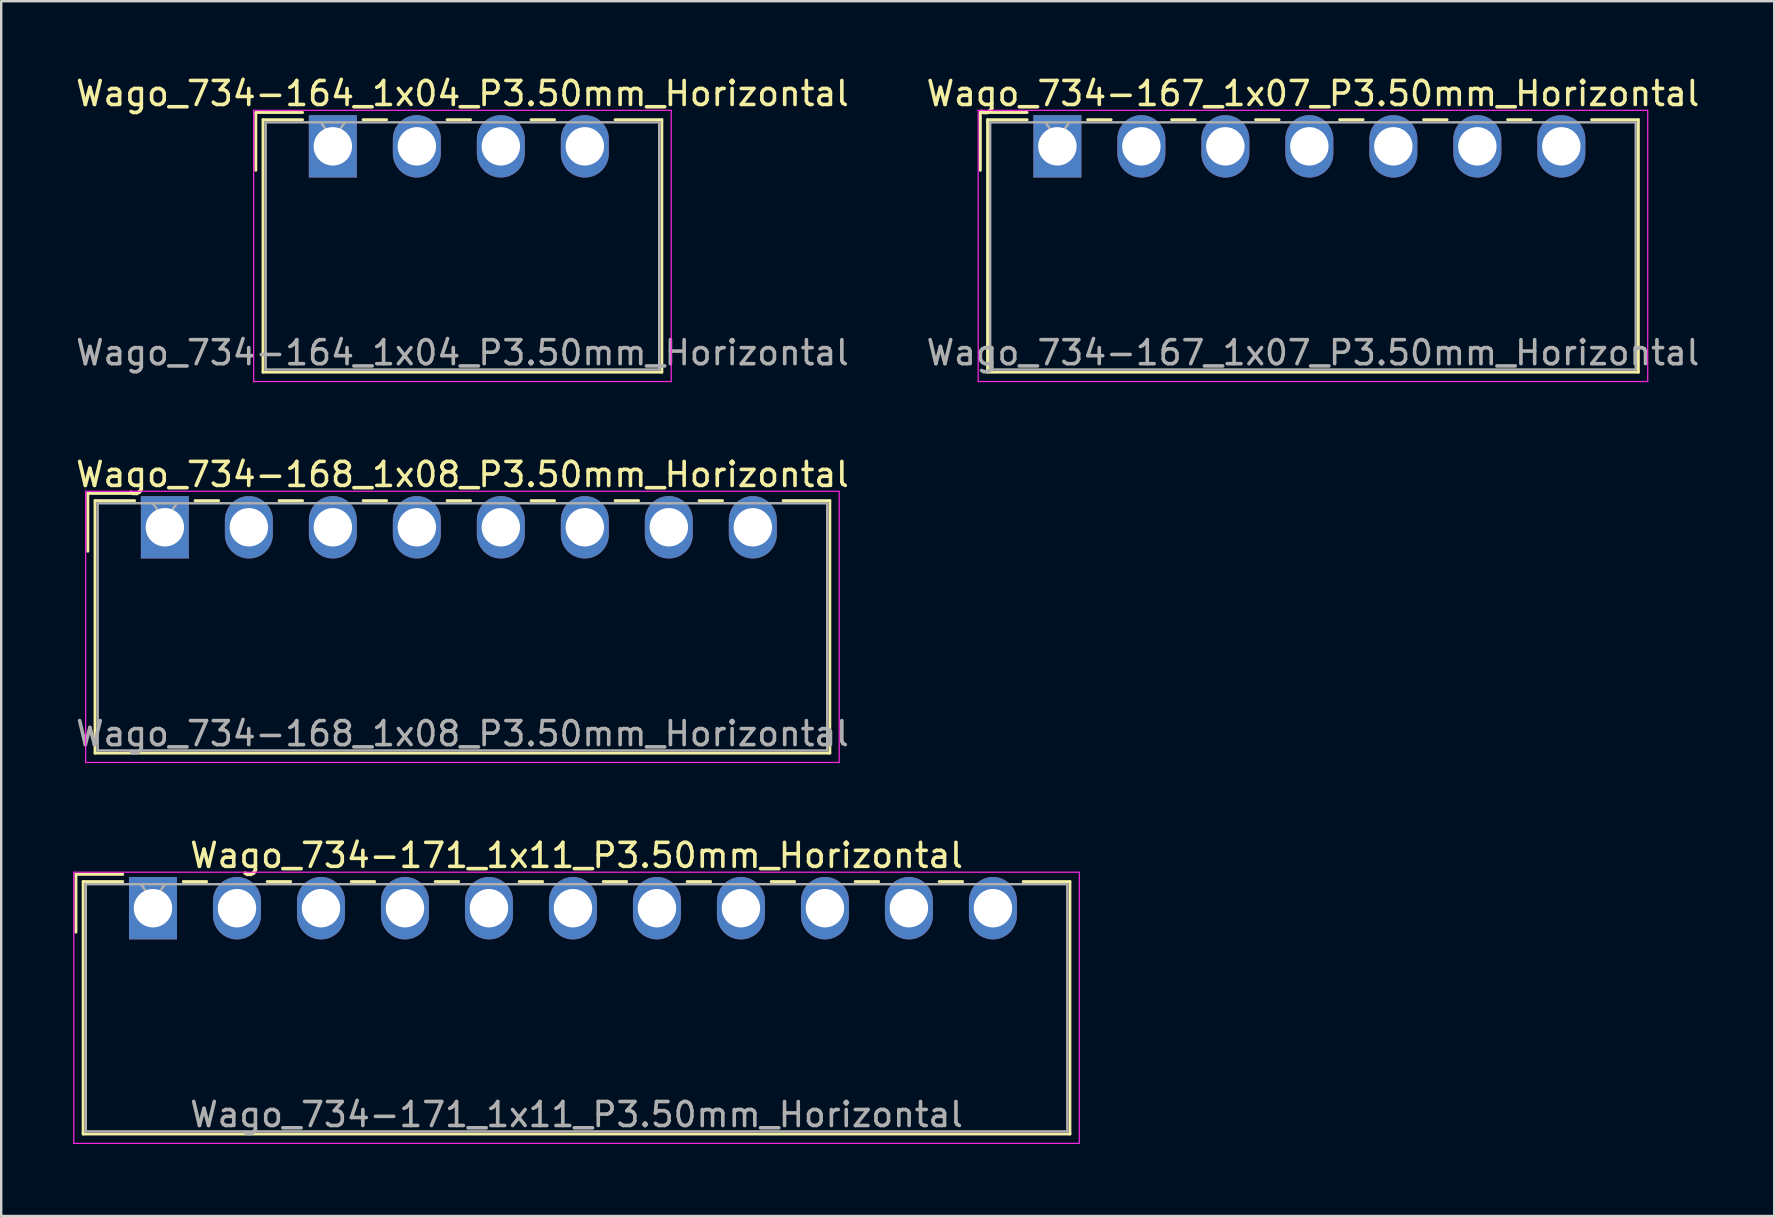
<source format=kicad_pcb>
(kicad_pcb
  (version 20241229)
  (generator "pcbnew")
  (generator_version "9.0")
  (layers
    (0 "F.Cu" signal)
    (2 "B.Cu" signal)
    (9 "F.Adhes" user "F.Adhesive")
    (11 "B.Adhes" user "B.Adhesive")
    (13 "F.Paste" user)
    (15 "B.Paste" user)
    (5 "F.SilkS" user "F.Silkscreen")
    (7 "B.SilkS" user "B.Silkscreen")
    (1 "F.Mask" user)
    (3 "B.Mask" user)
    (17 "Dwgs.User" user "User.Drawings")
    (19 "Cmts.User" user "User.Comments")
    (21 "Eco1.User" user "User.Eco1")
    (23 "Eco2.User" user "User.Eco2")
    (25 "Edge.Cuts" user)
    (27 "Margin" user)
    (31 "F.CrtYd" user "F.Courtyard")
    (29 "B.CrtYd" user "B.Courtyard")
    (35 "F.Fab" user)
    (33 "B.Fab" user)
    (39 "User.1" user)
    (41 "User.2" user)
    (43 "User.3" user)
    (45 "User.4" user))
  (footprint "Wago_734-168_1x08_P3.50mm_Horizontal"
    (layer "F.Cu")
    (at 3.82 18.922)
    (property "Reference" "Wago_734-168_1x08_P3.50mm_Horizontal" (at 12.4 -2.2 0) (layer "F.SilkS") (effects (font (size 1 1) (thickness 0.15))))
    (attr through_hole)
    (fp_line (start -3.21 -1.41) (end -1.26 -1.41) (stroke (width 0.12) (type solid)) (layer "F.SilkS"))
    (fp_line (start -3.21 1) (end -3.21 -1.41) (stroke (width 0.12) (type solid)) (layer "F.SilkS"))
    (fp_line (start -2.91 -1.11) (end -2.91 9.41) (stroke (width 0.12) (type solid)) (layer "F.SilkS"))
    (fp_line (start -2.91 9.41) (end 27.71 9.41) (stroke (width 0.12) (type solid)) (layer "F.SilkS"))
    (fp_line (start -1.26 -1.11) (end -2.91 -1.11) (stroke (width 0.12) (type solid)) (layer "F.SilkS"))
    (fp_line (start 1.26 -1.11) (end 2.24 -1.11) (stroke (width 0.12) (type solid)) (layer "F.SilkS"))
    (fp_line (start 4.76 -1.11) (end 5.74 -1.11) (stroke (width 0.12) (type solid)) (layer "F.SilkS"))
    (fp_line (start 8.26 -1.11) (end 9.24 -1.11) (stroke (width 0.12) (type solid)) (layer "F.SilkS"))
    (fp_line (start 11.76 -1.11) (end 12.74 -1.11) (stroke (width 0.12) (type solid)) (layer "F.SilkS"))
    (fp_line (start 15.26 -1.11) (end 16.24 -1.11) (stroke (width 0.12) (type solid)) (layer "F.SilkS"))
    (fp_line (start 18.76 -1.11) (end 19.74 -1.11) (stroke (width 0.12) (type solid)) (layer "F.SilkS"))
    (fp_line (start 22.26 -1.11) (end 23.24 -1.11) (stroke (width 0.12) (type solid)) (layer "F.SilkS"))
    (fp_line (start 27.71 -1.11) (end 25.76 -1.11) (stroke (width 0.12) (type solid)) (layer "F.SilkS"))
    (fp_line (start 27.71 9.41) (end 27.71 -1.11) (stroke (width 0.12) (type solid)) (layer "F.SilkS"))
    (fp_line (start -3.3 -1.5) (end -3.3 9.8) (stroke (width 0.05) (type solid)) (layer "F.CrtYd"))
    (fp_line (start -3.3 9.8) (end 28.1 9.8) (stroke (width 0.05) (type solid)) (layer "F.CrtYd"))
    (fp_line (start 28.1 -1.5) (end -3.3 -1.5) (stroke (width 0.05) (type solid)) (layer "F.CrtYd"))
    (fp_line (start 28.1 9.8) (end 28.1 -1.5) (stroke (width 0.05) (type solid)) (layer "F.CrtYd"))
    (fp_line (start -2.8 -1) (end -2.8 9.3) (stroke (width 0.1) (type solid)) (layer "F.Fab"))
    (fp_line (start -2.8 9.3) (end 27.6 9.3) (stroke (width 0.1) (type solid)) (layer "F.Fab"))
    (fp_line (start -0.5 -1) (end 0 -0.293) (stroke (width 0.1) (type solid)) (layer "F.Fab"))
    (fp_line (start 0 -0.293) (end 0.5 -1) (stroke (width 0.1) (type solid)) (layer "F.Fab"))
    (fp_line (start 27.6 -1) (end -2.8 -1) (stroke (width 0.1) (type solid)) (layer "F.Fab"))
    (fp_line (start 27.6 9.3) (end 27.6 -1) (stroke (width 0.1) (type solid)) (layer "F.Fab"))
    (fp_text user "${REFERENCE}" (at 12.4 8.6 0) (layer "F.Fab") (effects (font (size 1 1) (thickness 0.15))))
    (pad "1" thru_hole rect (at 0 0) (size 2 2.6) (drill 1.6) (layers "*.Cu" "*.Mask"))
    (pad "2" thru_hole oval (at 3.5 0) (size 2 2.6) (drill 1.6) (layers "*.Cu" "*.Mask"))
    (pad "3" thru_hole oval (at 7 0) (size 2 2.6) (drill 1.6) (layers "*.Cu" "*.Mask"))
    (pad "4" thru_hole oval (at 10.5 0) (size 2 2.6) (drill 1.6) (layers "*.Cu" "*.Mask"))
    (pad "5" thru_hole oval (at 14 0) (size 2 2.6) (drill 1.6) (layers "*.Cu" "*.Mask"))
    (pad "6" thru_hole oval (at 17.5 0) (size 2 2.6) (drill 1.6) (layers "*.Cu" "*.Mask"))
    (pad "7" thru_hole oval (at 21 0) (size 2 2.6) (drill 1.6) (layers "*.Cu" "*.Mask"))
    (pad "8" thru_hole oval (at 24.5 0) (size 2 2.6) (drill 1.6) (layers "*.Cu" "*.Mask")))
  (footprint "Wago_734-164_1x04_P3.50mm_Horizontal"
    (layer "F.Cu")
    (at 10.82 3.048)
    (property "Reference" "Wago_734-164_1x04_P3.50mm_Horizontal" (at 5.4 -2.2 0) (layer "F.SilkS") (effects (font (size 1 1) (thickness 0.15))))
    (attr through_hole)
    (fp_line (start -3.21 -1.41) (end -1.26 -1.41) (stroke (width 0.12) (type solid)) (layer "F.SilkS"))
    (fp_line (start -3.21 1) (end -3.21 -1.41) (stroke (width 0.12) (type solid)) (layer "F.SilkS"))
    (fp_line (start -2.91 -1.11) (end -2.91 9.41) (stroke (width 0.12) (type solid)) (layer "F.SilkS"))
    (fp_line (start -2.91 9.41) (end 13.71 9.41) (stroke (width 0.12) (type solid)) (layer "F.SilkS"))
    (fp_line (start -1.26 -1.11) (end -2.91 -1.11) (stroke (width 0.12) (type solid)) (layer "F.SilkS"))
    (fp_line (start 1.26 -1.11) (end 2.24 -1.11) (stroke (width 0.12) (type solid)) (layer "F.SilkS"))
    (fp_line (start 4.76 -1.11) (end 5.74 -1.11) (stroke (width 0.12) (type solid)) (layer "F.SilkS"))
    (fp_line (start 8.26 -1.11) (end 9.24 -1.11) (stroke (width 0.12) (type solid)) (layer "F.SilkS"))
    (fp_line (start 13.71 -1.11) (end 11.76 -1.11) (stroke (width 0.12) (type solid)) (layer "F.SilkS"))
    (fp_line (start 13.71 9.41) (end 13.71 -1.11) (stroke (width 0.12) (type solid)) (layer "F.SilkS"))
    (fp_line (start -3.3 -1.5) (end -3.3 9.8) (stroke (width 0.05) (type solid)) (layer "F.CrtYd"))
    (fp_line (start -3.3 9.8) (end 14.1 9.8) (stroke (width 0.05) (type solid)) (layer "F.CrtYd"))
    (fp_line (start 14.1 -1.5) (end -3.3 -1.5) (stroke (width 0.05) (type solid)) (layer "F.CrtYd"))
    (fp_line (start 14.1 9.8) (end 14.1 -1.5) (stroke (width 0.05) (type solid)) (layer "F.CrtYd"))
    (fp_line (start -2.8 -1) (end -2.8 9.3) (stroke (width 0.1) (type solid)) (layer "F.Fab"))
    (fp_line (start -2.8 9.3) (end 13.6 9.3) (stroke (width 0.1) (type solid)) (layer "F.Fab"))
    (fp_line (start -0.5 -1) (end 0 -0.293) (stroke (width 0.1) (type solid)) (layer "F.Fab"))
    (fp_line (start 0 -0.293) (end 0.5 -1) (stroke (width 0.1) (type solid)) (layer "F.Fab"))
    (fp_line (start 13.6 -1) (end -2.8 -1) (stroke (width 0.1) (type solid)) (layer "F.Fab"))
    (fp_line (start 13.6 9.3) (end 13.6 -1) (stroke (width 0.1) (type solid)) (layer "F.Fab"))
    (fp_text user "${REFERENCE}" (at 5.4 8.6 0) (layer "F.Fab") (effects (font (size 1 1) (thickness 0.15))))
    (pad "1" thru_hole rect (at 0 0) (size 2 2.6) (drill 1.6) (layers "*.Cu" "*.Mask"))
    (pad "2" thru_hole oval (at 3.5 0) (size 2 2.6) (drill 1.6) (layers "*.Cu" "*.Mask"))
    (pad "3" thru_hole oval (at 7 0) (size 2 2.6) (drill 1.6) (layers "*.Cu" "*.Mask"))
    (pad "4" thru_hole oval (at 10.5 0) (size 2 2.6) (drill 1.6) (layers "*.Cu" "*.Mask")))
  (footprint "Wago_734-171_1x11_P3.50mm_Horizontal"
    (layer "F.Cu")
    (at 3.325 34.795)
    (property "Reference" "Wago_734-171_1x11_P3.50mm_Horizontal" (at 17.65 -2.2 0) (layer "F.SilkS") (effects (font (size 1 1) (thickness 0.15))))
    (attr through_hole)
    (fp_line (start -3.21 -1.41) (end -1.26 -1.41) (stroke (width 0.12) (type solid)) (layer "F.SilkS"))
    (fp_line (start -3.21 1) (end -3.21 -1.41) (stroke (width 0.12) (type solid)) (layer "F.SilkS"))
    (fp_line (start -2.91 -1.11) (end -2.91 9.41) (stroke (width 0.12) (type solid)) (layer "F.SilkS"))
    (fp_line (start -2.91 9.41) (end 38.21 9.41) (stroke (width 0.12) (type solid)) (layer "F.SilkS"))
    (fp_line (start -1.26 -1.11) (end -2.91 -1.11) (stroke (width 0.12) (type solid)) (layer "F.SilkS"))
    (fp_line (start 1.26 -1.11) (end 2.24 -1.11) (stroke (width 0.12) (type solid)) (layer "F.SilkS"))
    (fp_line (start 4.76 -1.11) (end 5.74 -1.11) (stroke (width 0.12) (type solid)) (layer "F.SilkS"))
    (fp_line (start 8.26 -1.11) (end 9.24 -1.11) (stroke (width 0.12) (type solid)) (layer "F.SilkS"))
    (fp_line (start 11.76 -1.11) (end 12.74 -1.11) (stroke (width 0.12) (type solid)) (layer "F.SilkS"))
    (fp_line (start 15.26 -1.11) (end 16.24 -1.11) (stroke (width 0.12) (type solid)) (layer "F.SilkS"))
    (fp_line (start 18.76 -1.11) (end 19.74 -1.11) (stroke (width 0.12) (type solid)) (layer "F.SilkS"))
    (fp_line (start 22.26 -1.11) (end 23.24 -1.11) (stroke (width 0.12) (type solid)) (layer "F.SilkS"))
    (fp_line (start 25.76 -1.11) (end 26.74 -1.11) (stroke (width 0.12) (type solid)) (layer "F.SilkS"))
    (fp_line (start 29.26 -1.11) (end 30.24 -1.11) (stroke (width 0.12) (type solid)) (layer "F.SilkS"))
    (fp_line (start 32.76 -1.11) (end 33.74 -1.11) (stroke (width 0.12) (type solid)) (layer "F.SilkS"))
    (fp_line (start 38.21 -1.11) (end 36.26 -1.11) (stroke (width 0.12) (type solid)) (layer "F.SilkS"))
    (fp_line (start 38.21 9.41) (end 38.21 -1.11) (stroke (width 0.12) (type solid)) (layer "F.SilkS"))
    (fp_line (start -3.3 -1.5) (end -3.3 9.8) (stroke (width 0.05) (type solid)) (layer "F.CrtYd"))
    (fp_line (start -3.3 9.8) (end 38.6 9.8) (stroke (width 0.05) (type solid)) (layer "F.CrtYd"))
    (fp_line (start 38.6 -1.5) (end -3.3 -1.5) (stroke (width 0.05) (type solid)) (layer "F.CrtYd"))
    (fp_line (start 38.6 9.8) (end 38.6 -1.5) (stroke (width 0.05) (type solid)) (layer "F.CrtYd"))
    (fp_line (start -2.8 -1) (end -2.8 9.3) (stroke (width 0.1) (type solid)) (layer "F.Fab"))
    (fp_line (start -2.8 9.3) (end 38.1 9.3) (stroke (width 0.1) (type solid)) (layer "F.Fab"))
    (fp_line (start -0.5 -1) (end 0 -0.293) (stroke (width 0.1) (type solid)) (layer "F.Fab"))
    (fp_line (start 0 -0.293) (end 0.5 -1) (stroke (width 0.1) (type solid)) (layer "F.Fab"))
    (fp_line (start 38.1 -1) (end -2.8 -1) (stroke (width 0.1) (type solid)) (layer "F.Fab"))
    (fp_line (start 38.1 9.3) (end 38.1 -1) (stroke (width 0.1) (type solid)) (layer "F.Fab"))
    (fp_text user "${REFERENCE}" (at 17.65 8.6 0) (layer "F.Fab") (effects (font (size 1 1) (thickness 0.15))))
    (pad "1" thru_hole rect (at 0 0) (size 2 2.6) (drill 1.6) (layers "*.Cu" "*.Mask"))
    (pad "2" thru_hole oval (at 3.5 0) (size 2 2.6) (drill 1.6) (layers "*.Cu" "*.Mask"))
    (pad "3" thru_hole oval (at 7 0) (size 2 2.6) (drill 1.6) (layers "*.Cu" "*.Mask"))
    (pad "4" thru_hole oval (at 10.5 0) (size 2 2.6) (drill 1.6) (layers "*.Cu" "*.Mask"))
    (pad "5" thru_hole oval (at 14 0) (size 2 2.6) (drill 1.6) (layers "*.Cu" "*.Mask"))
    (pad "6" thru_hole oval (at 17.5 0) (size 2 2.6) (drill 1.6) (layers "*.Cu" "*.Mask"))
    (pad "7" thru_hole oval (at 21 0) (size 2 2.6) (drill 1.6) (layers "*.Cu" "*.Mask"))
    (pad "8" thru_hole oval (at 24.5 0) (size 2 2.6) (drill 1.6) (layers "*.Cu" "*.Mask"))
    (pad "9" thru_hole oval (at 28 0) (size 2 2.6) (drill 1.6) (layers "*.Cu" "*.Mask"))
    (pad "10" thru_hole oval (at 31.5 0) (size 2 2.6) (drill 1.6) (layers "*.Cu" "*.Mask"))
    (pad "11" thru_hole oval (at 35 0) (size 2 2.6) (drill 1.6) (layers "*.Cu" "*.Mask")))
  (footprint "Wago_734-167_1x07_P3.50mm_Horizontal"
    (layer "F.Cu")
    (at 41.011 3.048)
    (property "Reference" "Wago_734-167_1x07_P3.50mm_Horizontal" (at 10.65 -2.2 0) (layer "F.SilkS") (effects (font (size 1 1) (thickness 0.15))))
    (attr through_hole)
    (fp_line (start -3.21 -1.41) (end -1.26 -1.41) (stroke (width 0.12) (type solid)) (layer "F.SilkS"))
    (fp_line (start -3.21 1) (end -3.21 -1.41) (stroke (width 0.12) (type solid)) (layer "F.SilkS"))
    (fp_line (start -2.91 -1.11) (end -2.91 9.41) (stroke (width 0.12) (type solid)) (layer "F.SilkS"))
    (fp_line (start -2.91 9.41) (end 24.21 9.41) (stroke (width 0.12) (type solid)) (layer "F.SilkS"))
    (fp_line (start -1.26 -1.11) (end -2.91 -1.11) (stroke (width 0.12) (type solid)) (layer "F.SilkS"))
    (fp_line (start 1.26 -1.11) (end 2.24 -1.11) (stroke (width 0.12) (type solid)) (layer "F.SilkS"))
    (fp_line (start 4.76 -1.11) (end 5.74 -1.11) (stroke (width 0.12) (type solid)) (layer "F.SilkS"))
    (fp_line (start 8.26 -1.11) (end 9.24 -1.11) (stroke (width 0.12) (type solid)) (layer "F.SilkS"))
    (fp_line (start 11.76 -1.11) (end 12.74 -1.11) (stroke (width 0.12) (type solid)) (layer "F.SilkS"))
    (fp_line (start 15.26 -1.11) (end 16.24 -1.11) (stroke (width 0.12) (type solid)) (layer "F.SilkS"))
    (fp_line (start 18.76 -1.11) (end 19.74 -1.11) (stroke (width 0.12) (type solid)) (layer "F.SilkS"))
    (fp_line (start 24.21 -1.11) (end 22.26 -1.11) (stroke (width 0.12) (type solid)) (layer "F.SilkS"))
    (fp_line (start 24.21 9.41) (end 24.21 -1.11) (stroke (width 0.12) (type solid)) (layer "F.SilkS"))
    (fp_line (start -3.3 -1.5) (end -3.3 9.8) (stroke (width 0.05) (type solid)) (layer "F.CrtYd"))
    (fp_line (start -3.3 9.8) (end 24.6 9.8) (stroke (width 0.05) (type solid)) (layer "F.CrtYd"))
    (fp_line (start 24.6 -1.5) (end -3.3 -1.5) (stroke (width 0.05) (type solid)) (layer "F.CrtYd"))
    (fp_line (start 24.6 9.8) (end 24.6 -1.5) (stroke (width 0.05) (type solid)) (layer "F.CrtYd"))
    (fp_line (start -2.8 -1) (end -2.8 9.3) (stroke (width 0.1) (type solid)) (layer "F.Fab"))
    (fp_line (start -2.8 9.3) (end 24.1 9.3) (stroke (width 0.1) (type solid)) (layer "F.Fab"))
    (fp_line (start -0.5 -1) (end 0 -0.293) (stroke (width 0.1) (type solid)) (layer "F.Fab"))
    (fp_line (start 0 -0.293) (end 0.5 -1) (stroke (width 0.1) (type solid)) (layer "F.Fab"))
    (fp_line (start 24.1 -1) (end -2.8 -1) (stroke (width 0.1) (type solid)) (layer "F.Fab"))
    (fp_line (start 24.1 9.3) (end 24.1 -1) (stroke (width 0.1) (type solid)) (layer "F.Fab"))
    (fp_text user "${REFERENCE}" (at 10.65 8.6 0) (layer "F.Fab") (effects (font (size 1 1) (thickness 0.15))))
    (pad "1" thru_hole rect (at 0 0) (size 2 2.6) (drill 1.6) (layers "*.Cu" "*.Mask"))
    (pad "2" thru_hole oval (at 3.5 0) (size 2 2.6) (drill 1.6) (layers "*.Cu" "*.Mask"))
    (pad "3" thru_hole oval (at 7 0) (size 2 2.6) (drill 1.6) (layers "*.Cu" "*.Mask"))
    (pad "4" thru_hole oval (at 10.5 0) (size 2 2.6) (drill 1.6) (layers "*.Cu" "*.Mask"))
    (pad "5" thru_hole oval (at 14 0) (size 2 2.6) (drill 1.6) (layers "*.Cu" "*.Mask"))
    (pad "6" thru_hole oval (at 17.5 0) (size 2 2.6) (drill 1.6) (layers "*.Cu" "*.Mask"))
    (pad "7" thru_hole oval (at 21 0) (size 2 2.6) (drill 1.6) (layers "*.Cu" "*.Mask")))
  (gr_rect
    (start -3 -3)
    (end 70.881 47.62)
    (stroke (width 0.1) (type default))
    (fill no)
    (layer "Edge.Cuts")))
</source>
